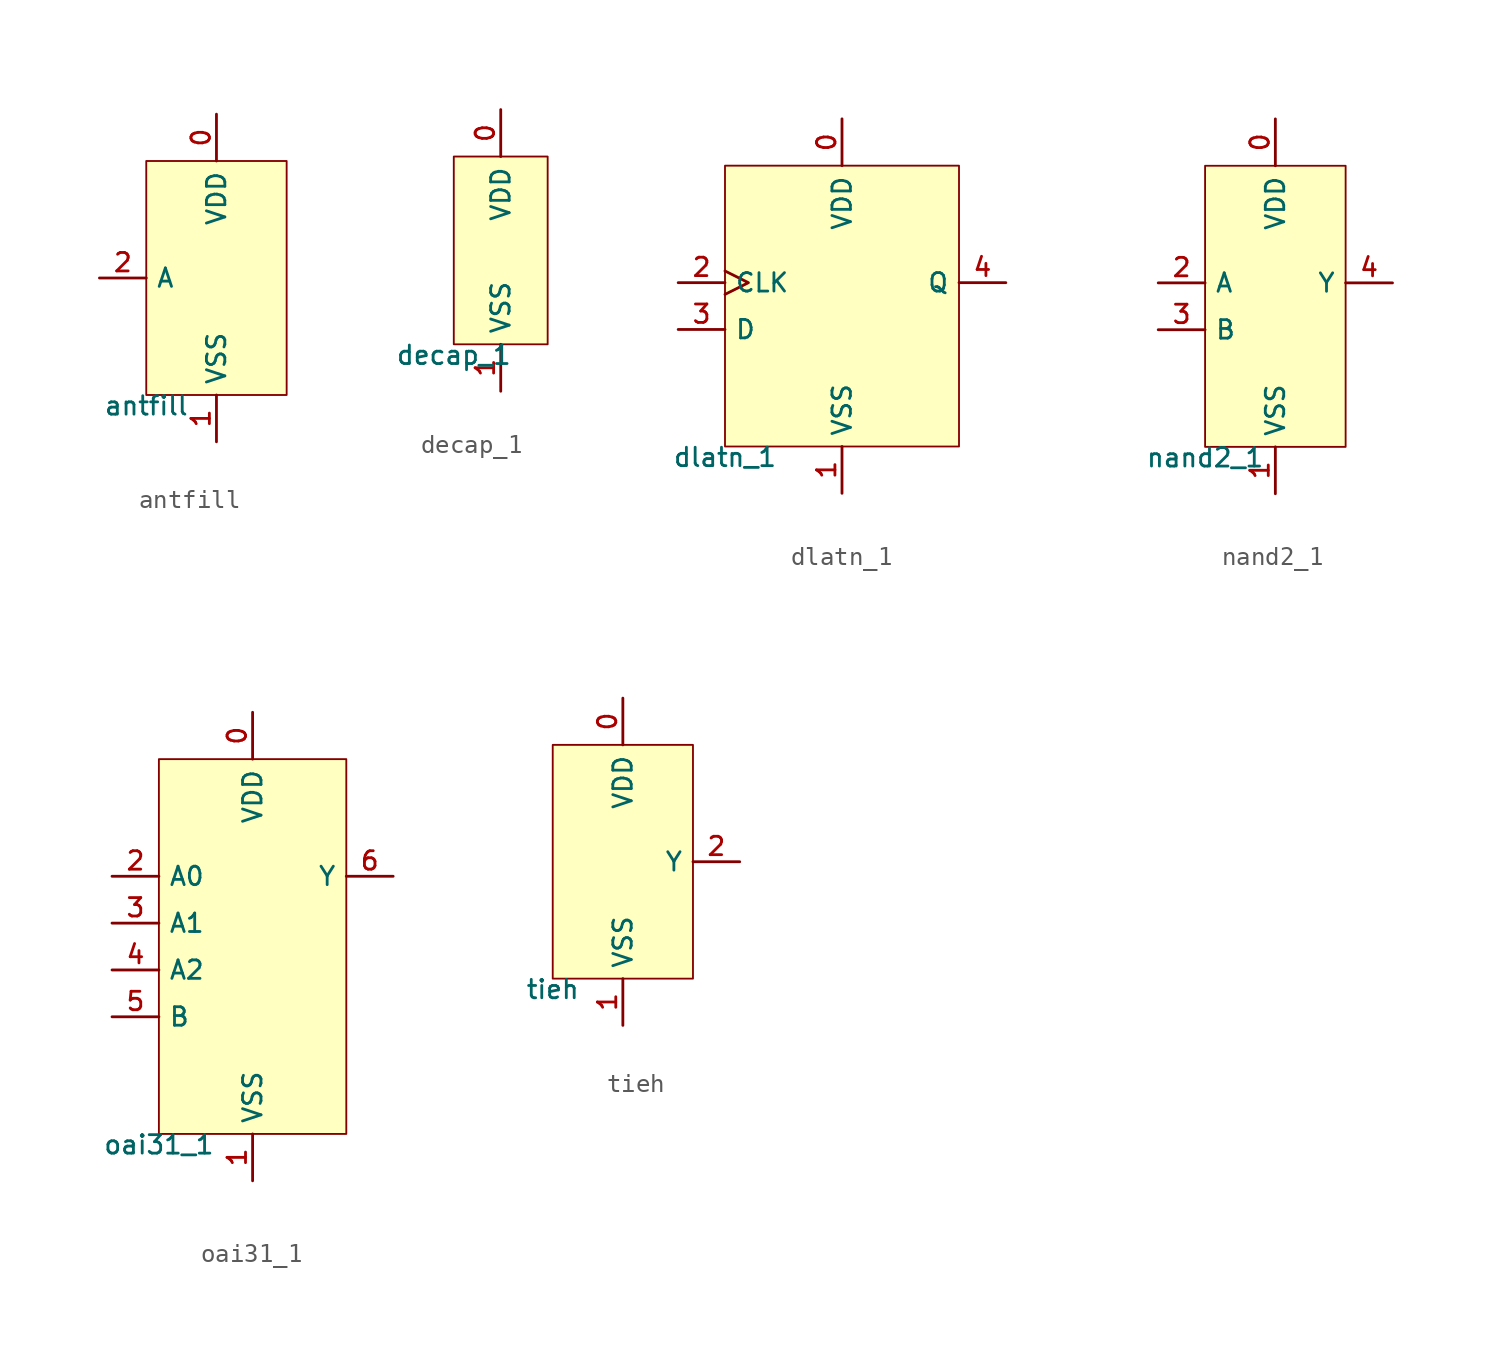
<source format=kicad_sym>
(kicad_symbol_lib
  (version 20211014)
  (generator pdk2kicad)
  (symbol "antfill"
    (property "Reference" "X"
      (at 0 0 0)
      (effects (font (size 1 1)) hide))
    (property "Value" "antfill"
      (at -3.81 -6.35 0)
      (effects (font (size 1 1)) (justify top)))
    (rectangle
      (start -3.81 -6.35)
      (end 3.81 6.35)
      (stroke (width 0.1) (type solid) (color 0 0 0 0))
      (fill (type background)))
    (pin power_in line
      (at 0.0 8.89 270)
      (length 2.54)
      (name "VDD" (effects (font (size 1 1)) hide))
      (number "0" (effects (font (size 1 1)) hide)))
    (pin power_in line
      (at 0.0 -8.89 90)
      (length 2.54)
      (name "VSS" (effects (font (size 1 1)) hide))
      (number "1" (effects (font (size 1 1)) hide)))
    (pin input line
      (at -6.35 -4.440892098500626e-16 0)
      (length 2.54)
      (name "A" (effects (font (size 1 1)) hide))
      (number "2" (effects (font (size 1 1)) hide))))
  (symbol "decap_1"
    (property "Reference" "X"
      (at 0 0 0)
      (effects (font (size 1 1)) hide))
    (property "Value" "decap_1"
      (at -2.54 -5.08 0)
      (effects (font (size 1 1)) (justify top)))
    (rectangle
      (start -2.54 -5.08)
      (end 2.54 5.08)
      (stroke (width 0.1) (type solid) (color 0 0 0 0))
      (fill (type background)))
    (pin power_in line
      (at 0.0 7.62 270)
      (length 2.54)
      (name "VDD" (effects (font (size 1 1)) hide))
      (number "0" (effects (font (size 1 1)) hide)))
    (pin power_in line
      (at 0.0 -7.62 90)
      (length 2.54)
      (name "VSS" (effects (font (size 1 1)) hide))
      (number "1" (effects (font (size 1 1)) hide))))
  (symbol "dlatn_1"
    (property "Reference" "X"
      (at 0 0 0)
      (effects (font (size 1 1)) hide))
    (property "Value" "dlatn_1"
      (at -6.35 -7.62 0)
      (effects (font (size 1 1)) (justify top)))
    (rectangle
      (start -6.35 -7.62)
      (end 6.35 7.62)
      (stroke (width 0.1) (type solid) (color 0 0 0 0))
      (fill (type background)))
    (pin power_in line
      (at 4.440892098500626e-16 10.16 270)
      (length 2.54)
      (name "VDD" (effects (font (size 1 1)) hide))
      (number "0" (effects (font (size 1 1)) hide)))
    (pin power_in line
      (at 4.440892098500626e-16 -10.16 90)
      (length 2.54)
      (name "VSS" (effects (font (size 1 1)) hide))
      (number "1" (effects (font (size 1 1)) hide)))
    (pin input clock
      (at -8.89 1.27 0)
      (length 2.54)
      (name "CLK" (effects (font (size 1 1)) hide))
      (number "2" (effects (font (size 1 1)) hide)))
    (pin input line
      (at -8.89 -1.27 0)
      (length 2.54)
      (name "D" (effects (font (size 1 1)) hide))
      (number "3" (effects (font (size 1 1)) hide)))
    (pin output line
      (at 8.89 1.27 180)
      (length 2.54)
      (name "Q" (effects (font (size 1 1)) hide))
      (number "4" (effects (font (size 1 1)) hide))))
  (symbol "nand2_1"
    (property "Reference" "X"
      (at 0 0 0)
      (effects (font (size 1 1)) hide))
    (property "Value" "nand2_1"
      (at -3.81 -7.62 0)
      (effects (font (size 1 1)) (justify top)))
    (rectangle
      (start -3.81 -7.62)
      (end 3.81 7.62)
      (stroke (width 0.1) (type solid) (color 0 0 0 0))
      (fill (type background)))
    (pin power_in line
      (at 0.0 10.16 270)
      (length 2.54)
      (name "VDD" (effects (font (size 1 1)) hide))
      (number "0" (effects (font (size 1 1)) hide)))
    (pin power_in line
      (at 0.0 -10.16 90)
      (length 2.54)
      (name "VSS" (effects (font (size 1 1)) hide))
      (number "1" (effects (font (size 1 1)) hide)))
    (pin input line
      (at -6.35 1.27 0)
      (length 2.54)
      (name "A" (effects (font (size 1 1)) hide))
      (number "2" (effects (font (size 1 1)) hide)))
    (pin input line
      (at -6.35 -1.27 0)
      (length 2.54)
      (name "B" (effects (font (size 1 1)) hide))
      (number "3" (effects (font (size 1 1)) hide)))
    (pin output line
      (at 6.35 1.27 180)
      (length 2.54)
      (name "Y" (effects (font (size 1 1)) hide))
      (number "4" (effects (font (size 1 1)) hide))))
  (symbol "oai31_1"
    (property "Reference" "X"
      (at 0 0 0)
      (effects (font (size 1 1)) hide))
    (property "Value" "oai31_1"
      (at -5.08 -10.16 0)
      (effects (font (size 1 1)) (justify top)))
    (rectangle
      (start -5.08 -10.16)
      (end 5.08 10.16)
      (stroke (width 0.1) (type solid) (color 0 0 0 0))
      (fill (type background)))
    (pin power_in line
      (at 0.0 12.7 270)
      (length 2.54)
      (name "VDD" (effects (font (size 1 1)) hide))
      (number "0" (effects (font (size 1 1)) hide)))
    (pin power_in line
      (at 0.0 -12.7 90)
      (length 2.54)
      (name "VSS" (effects (font (size 1 1)) hide))
      (number "1" (effects (font (size 1 1)) hide)))
    (pin input line
      (at -7.62 3.81 0)
      (length 2.54)
      (name "A0" (effects (font (size 1 1)) hide))
      (number "2" (effects (font (size 1 1)) hide)))
    (pin input line
      (at -7.62 1.27 0)
      (length 2.54)
      (name "A1" (effects (font (size 1 1)) hide))
      (number "3" (effects (font (size 1 1)) hide)))
    (pin input line
      (at -7.62 -1.27 0)
      (length 2.54)
      (name "A2" (effects (font (size 1 1)) hide))
      (number "4" (effects (font (size 1 1)) hide)))
    (pin input line
      (at -7.62 -3.81 0)
      (length 2.54)
      (name "B" (effects (font (size 1 1)) hide))
      (number "5" (effects (font (size 1 1)) hide)))
    (pin output line
      (at 7.62 3.81 180)
      (length 2.54)
      (name "Y" (effects (font (size 1 1)) hide))
      (number "6" (effects (font (size 1 1)) hide))))
  (symbol "tieh"
    (property "Reference" "X"
      (at 0 0 0)
      (effects (font (size 1 1)) hide))
    (property "Value" "tieh"
      (at -3.81 -6.35 0)
      (effects (font (size 1 1)) (justify top)))
    (rectangle
      (start -3.81 -6.35)
      (end 3.81 6.35)
      (stroke (width 0.1) (type solid) (color 0 0 0 0))
      (fill (type background)))
    (pin power_in line
      (at 0.0 8.89 270)
      (length 2.54)
      (name "VDD" (effects (font (size 1 1)) hide))
      (number "0" (effects (font (size 1 1)) hide)))
    (pin power_in line
      (at 0.0 -8.89 90)
      (length 2.54)
      (name "VSS" (effects (font (size 1 1)) hide))
      (number "1" (effects (font (size 1 1)) hide)))
    (pin output line
      (at 6.35 -4.440892098500626e-16 180)
      (length 2.54)
      (name "Y" (effects (font (size 1 1)) hide))
      (number "2" (effects (font (size 1 1)) hide)))))
</source>
